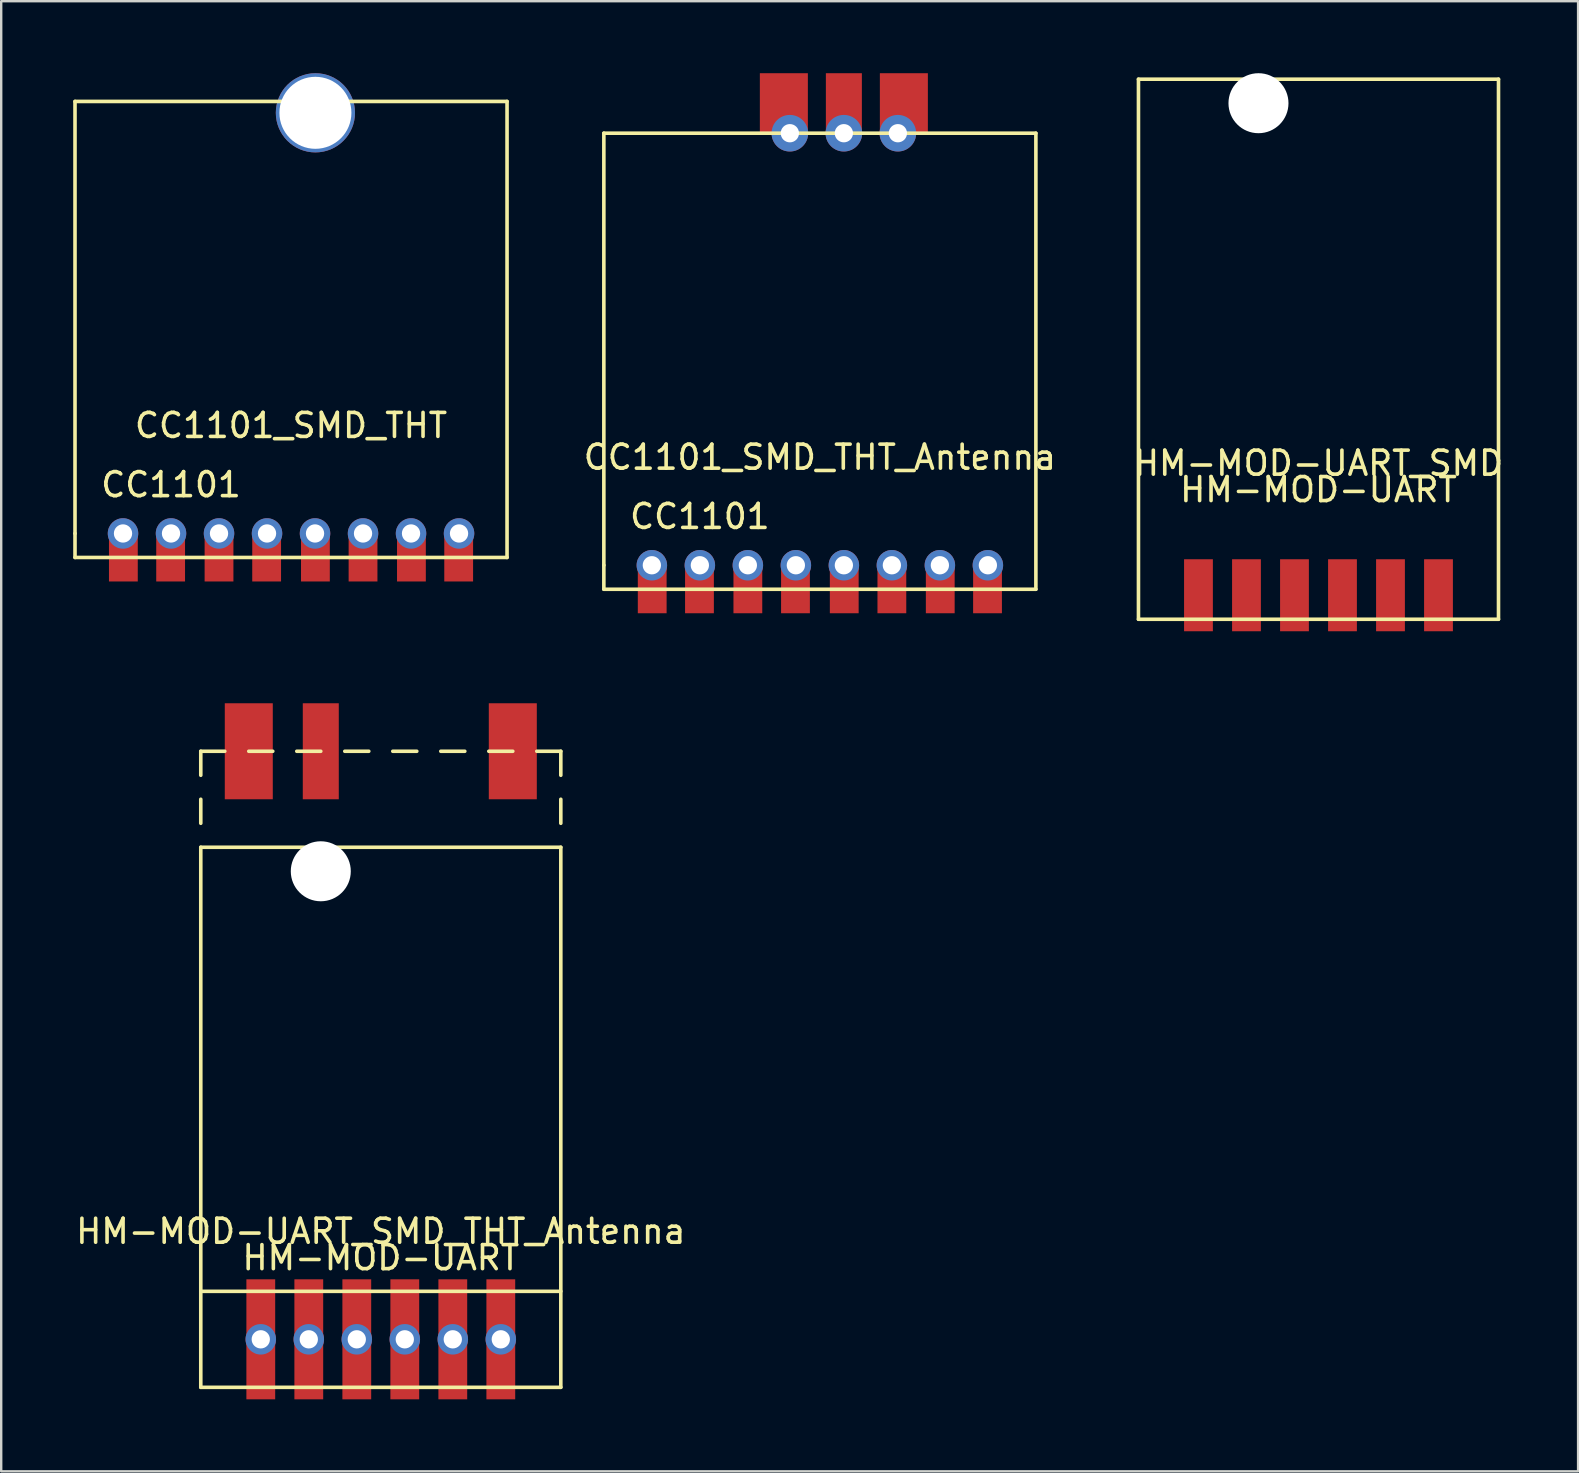
<source format=kicad_pcb>
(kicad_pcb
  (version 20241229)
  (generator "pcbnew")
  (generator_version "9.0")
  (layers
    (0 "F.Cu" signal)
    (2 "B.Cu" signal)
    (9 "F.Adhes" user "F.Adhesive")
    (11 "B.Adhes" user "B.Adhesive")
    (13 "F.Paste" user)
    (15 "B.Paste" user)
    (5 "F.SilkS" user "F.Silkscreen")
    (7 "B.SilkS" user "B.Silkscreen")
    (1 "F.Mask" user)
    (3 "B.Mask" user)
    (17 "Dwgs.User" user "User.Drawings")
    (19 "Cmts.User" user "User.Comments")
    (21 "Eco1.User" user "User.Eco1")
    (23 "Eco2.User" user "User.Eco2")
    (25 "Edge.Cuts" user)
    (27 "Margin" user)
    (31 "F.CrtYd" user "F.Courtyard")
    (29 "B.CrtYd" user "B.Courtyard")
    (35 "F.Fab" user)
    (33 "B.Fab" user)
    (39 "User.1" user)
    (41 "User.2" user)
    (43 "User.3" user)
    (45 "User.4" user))
  (footprint "HM-MOD-UART_SMD_THT_Antenna"
    (layer "F.Cu")
    (at 12.815 54.75)
    (property "Reference" "HM-MOD-UART_SMD_THT_Antenna" (at 0 -6.5 0) (layer "F.SilkS") (effects (font (size 1 1) (thickness 0.15))))
    (attr through_hole)
    (fp_line (start -7.5 -26.5) (end -6.5 -26.5) (stroke (width 0.15) (type solid)) (layer "F.SilkS"))
    (fp_line (start -7.5 -25.5) (end -7.5 -26.5) (stroke (width 0.15) (type solid)) (layer "F.SilkS"))
    (fp_line (start -7.5 -23.5) (end -7.5 -24.5) (stroke (width 0.15) (type solid)) (layer "F.SilkS"))
    (fp_line (start -7.5 -22.5) (end 7.5 -22.5) (stroke (width 0.15) (type solid)) (layer "F.SilkS"))
    (fp_line (start -7.5 -4) (end 7.5 -4) (stroke (width 0.15) (type solid)) (layer "F.SilkS"))
    (fp_line (start -7.5 0) (end -7.5 -22.5) (stroke (width 0.15) (type solid)) (layer "F.SilkS"))
    (fp_line (start -5.5 -26.5) (end -4.5 -26.5) (stroke (width 0.15) (type solid)) (layer "F.SilkS"))
    (fp_line (start -3.5 -26.5) (end -2.5 -26.5) (stroke (width 0.15) (type solid)) (layer "F.SilkS"))
    (fp_line (start -1.5 -26.5) (end -0.5 -26.5) (stroke (width 0.15) (type solid)) (layer "F.SilkS"))
    (fp_line (start 0.5 -26.5) (end 1.5 -26.5) (stroke (width 0.15) (type solid)) (layer "F.SilkS"))
    (fp_line (start 2.5 -26.5) (end 3.5 -26.5) (stroke (width 0.15) (type solid)) (layer "F.SilkS"))
    (fp_line (start 4.5 -26.5) (end 5.5 -26.5) (stroke (width 0.15) (type solid)) (layer "F.SilkS"))
    (fp_line (start 6.5 -26.5) (end 7.5 -26.5) (stroke (width 0.15) (type solid)) (layer "F.SilkS"))
    (fp_line (start 7.5 -25.5) (end 7.5 -26.5) (stroke (width 0.15) (type solid)) (layer "F.SilkS"))
    (fp_line (start 7.5 -23.5) (end 7.5 -24.5) (stroke (width 0.15) (type solid)) (layer "F.SilkS"))
    (fp_line (start 7.5 -22.5) (end 7.5 0) (stroke (width 0.15) (type solid)) (layer "F.SilkS"))
    (fp_line (start 7.5 0) (end -7.5 0) (stroke (width 0.15) (type solid)) (layer "F.SilkS"))
    (fp_text user "HM-MOD-UART" (at 0 -5.4 180) (layer "F.SilkS") (effects (font (size 1 1) (thickness 0.15))))
    (pad "" np_thru_hole circle (at -2.5 -21.5) (size 2.5 2.5) (drill 2.5) (layers "*.Cu" "*.Mask"))
    (pad "1" smd rect (at 5 -2) (size 1.2 5) (layers "F.Cu" "F.Mask"))
    (pad "1" thru_hole circle (at 5 -2) (size 1.27 1.27) (drill 0.762) (layers "*.Cu" "*.Mask"))
    (pad "2" smd rect (at 3 -2) (size 1.2 5) (layers "F.Cu" "F.Mask"))
    (pad "2" thru_hole circle (at 3 -2) (size 1.27 1.27) (drill 0.762) (layers "*.Cu" "*.Mask"))
    (pad "3" smd rect (at 1 -2) (size 1.2 5) (layers "F.Cu" "F.Mask"))
    (pad "3" thru_hole circle (at 1 -2) (size 1.27 1.27) (drill 0.762) (layers "*.Cu" "*.Mask"))
    (pad "4" smd rect (at -1 -2) (size 1.2 5) (layers "F.Cu" "F.Mask"))
    (pad "4" thru_hole circle (at -1 -2) (size 1.27 1.27) (drill 0.762) (layers "*.Cu" "*.Mask"))
    (pad "5" smd rect (at -3 -2) (size 1.2 5) (layers "F.Cu" "F.Mask"))
    (pad "5" thru_hole circle (at -3 -2) (size 1.27 1.27) (drill 0.762) (layers "*.Cu" "*.Mask"))
    (pad "6" smd rect (at -5 -2) (size 1.2 5) (layers "F.Cu" "F.Mask"))
    (pad "6" thru_hole oval (at -5 -2) (size 1.27 1.27) (drill 0.762) (layers "*.Cu" "*.Mask"))
    (pad "9" smd rect (at -2.5 -26.5) (size 1.5 4) (layers "F.Cu" "F.Mask"))
    (pad "10" smd rect (at -5.5 -26.5) (size 2 4) (layers "F.Cu" "F.Mask"))
    (pad "10" smd rect (at 5.5 -26.5) (size 2 4) (layers "F.Cu" "F.Mask")))
  (footprint "CC1101_SMD_THT"
    (layer "F.Cu")
    (at 9.075 19.176)
    (property "Reference" "CC1101_SMD_THT" (at 0 -4.5 0) (layer "F.SilkS") (effects (font (size 1 1) (thickness 0.15))))
    (attr through_hole)
    (fp_line (start -9 -18) (end 9 -18) (stroke (width 0.15) (type solid)) (layer "F.SilkS"))
    (fp_line (start -9 0) (end -9 -18) (stroke (width 0.15) (type solid)) (layer "F.SilkS"))
    (fp_line (start -9 1) (end -9 0) (stroke (width 0.15) (type solid)) (layer "F.SilkS"))
    (fp_line (start 9 -18) (end 9 1) (stroke (width 0.15) (type solid)) (layer "F.SilkS"))
    (fp_line (start 9 1) (end -9 1) (stroke (width 0.15) (type solid)) (layer "F.SilkS"))
    (fp_text user "CC1101" (at -5 -2.032 180) (layer "F.SilkS") (effects (font (size 1 1) (thickness 0.15))))
    (pad "" np_thru_hole circle (at 1.016 -17.526) (size 3.3 3.3) (drill 3) (layers "*.Cu" "*.Mask"))
    (pad "1" thru_hole oval (at -7 0) (size 1.27 1.27) (drill 0.762) (layers "*.Cu" "*.Mask"))
    (pad "1" smd rect (at -6.985 1) (size 1.2 2) (layers "F.Cu" "F.Mask"))
    (pad "2" smd rect (at -5.016 1) (size 1.2 2) (layers "F.Cu" "F.Mask"))
    (pad "2" thru_hole oval (at -5 0) (size 1.27 1.27) (drill 0.762) (layers "*.Cu" "*.Mask"))
    (pad "3" thru_hole circle (at -3 0) (size 1.27 1.27) (drill 0.762) (layers "*.Cu" "*.Mask"))
    (pad "3" smd rect (at -3 1) (size 1.2 2) (layers "F.Cu" "F.Mask"))
    (pad "4" smd rect (at -1.016 1) (size 1.2 2) (layers "F.Cu" "F.Mask"))
    (pad "4" thru_hole circle (at -1 0) (size 1.27 1.27) (drill 0.762) (layers "*.Cu" "*.Mask"))
    (pad "5" thru_hole circle (at 1 0) (size 1.27 1.27) (drill 0.762) (layers "*.Cu" "*.Mask"))
    (pad "5" smd rect (at 1.016 1) (size 1.2 2) (layers "F.Cu" "F.Mask"))
    (pad "6" thru_hole circle (at 3 0) (size 1.27 1.27) (drill 0.762) (layers "*.Cu" "*.Mask"))
    (pad "6" smd rect (at 3 1) (size 1.2 2) (layers "F.Cu" "F.Mask"))
    (pad "7" thru_hole circle (at 5 0) (size 1.27 1.27) (drill 0.762) (layers "*.Cu" "*.Mask"))
    (pad "7" smd rect (at 5.016 1) (size 1.2 2) (layers "F.Cu" "F.Mask"))
    (pad "8" smd rect (at 6.985 1) (size 1.2 2) (layers "F.Cu" "F.Mask"))
    (pad "8" thru_hole circle (at 7 0) (size 1.27 1.27) (drill 0.762) (layers "*.Cu" "*.Mask")))
  (footprint "HM-MOD-UART_SMD"
    (layer "F.Cu")
    (at 51.882 22.75)
    (property "Reference" "HM-MOD-UART_SMD" (at 0 -6.5 0) (layer "F.SilkS") (effects (font (size 1 1) (thickness 0.15))))
    (attr through_hole)
    (fp_line (start -7.5 -22.5) (end 7.5 -22.5) (stroke (width 0.15) (type solid)) (layer "F.SilkS"))
    (fp_line (start -7.5 0) (end -7.5 -22.5) (stroke (width 0.15) (type solid)) (layer "F.SilkS"))
    (fp_line (start 7.5 -22.5) (end 7.5 0) (stroke (width 0.15) (type solid)) (layer "F.SilkS"))
    (fp_line (start 7.5 0) (end -7.5 0) (stroke (width 0.15) (type solid)) (layer "F.SilkS"))
    (fp_text user "HM-MOD-UART" (at 0 -5.4 180) (layer "F.SilkS") (effects (font (size 1 1) (thickness 0.15))))
    (pad "" np_thru_hole circle (at -2.5 -21.5) (size 2.5 2.5) (drill 2.5) (layers "*.Cu" "*.Mask"))
    (pad "1" smd rect (at 5 -1) (size 1.2 3) (layers "F.Cu" "F.Mask"))
    (pad "2" smd rect (at 3 -1) (size 1.2 3) (layers "F.Cu" "F.Mask"))
    (pad "3" smd rect (at 1 -1) (size 1.2 3) (layers "F.Cu" "F.Mask"))
    (pad "4" smd rect (at -1 -1) (size 1.2 3) (layers "F.Cu" "F.Mask"))
    (pad "5" smd rect (at -3 -1) (size 1.2 3) (layers "F.Cu" "F.Mask"))
    (pad "6" smd rect (at -5 -1) (size 1.2 3) (layers "F.Cu" "F.Mask")))
  (footprint "CC1101_SMD_THT_Antenna"
    (layer "F.Cu")
    (at 31.108 20.5)
    (property "Reference" "CC1101_SMD_THT_Antenna" (at 0 -4.5 0) (layer "F.SilkS") (effects (font (size 1 1) (thickness 0.15))))
    (attr through_hole)
    (fp_line (start -9 -18) (end 9 -18) (stroke (width 0.15) (type solid)) (layer "F.SilkS"))
    (fp_line (start -9 0) (end -9 -18) (stroke (width 0.15) (type solid)) (layer "F.SilkS"))
    (fp_line (start -9 1) (end -9 0) (stroke (width 0.15) (type solid)) (layer "F.SilkS"))
    (fp_line (start 9 -18) (end 9 1) (stroke (width 0.15) (type solid)) (layer "F.SilkS"))
    (fp_line (start 9 1) (end -9 1) (stroke (width 0.15) (type solid)) (layer "F.SilkS"))
    (fp_text user "CC1101" (at -5 -2.032 180) (layer "F.SilkS") (effects (font (size 1 1) (thickness 0.15))))
    (pad "1" thru_hole oval (at -7 0) (size 1.27 1.27) (drill 0.762) (layers "*.Cu" "*.Mask"))
    (pad "1" smd rect (at -6.985 1) (size 1.2 2) (layers "F.Cu" "F.Mask"))
    (pad "2" smd rect (at -5.016 1) (size 1.2 2) (layers "F.Cu" "F.Mask"))
    (pad "2" thru_hole oval (at -5 0) (size 1.27 1.27) (drill 0.762) (layers "*.Cu" "*.Mask"))
    (pad "3" thru_hole circle (at -3 0) (size 1.27 1.27) (drill 0.762) (layers "*.Cu" "*.Mask"))
    (pad "3" smd rect (at -3 1) (size 1.2 2) (layers "F.Cu" "F.Mask"))
    (pad "4" smd rect (at -1.016 1) (size 1.2 2) (layers "F.Cu" "F.Mask"))
    (pad "4" thru_hole circle (at -1 0) (size 1.27 1.27) (drill 0.762) (layers "*.Cu" "*.Mask"))
    (pad "5" thru_hole circle (at 1 0) (size 1.27 1.27) (drill 0.762) (layers "*.Cu" "*.Mask"))
    (pad "5" smd rect (at 1.016 1) (size 1.2 2) (layers "F.Cu" "F.Mask"))
    (pad "6" thru_hole circle (at 3 0) (size 1.27 1.27) (drill 0.762) (layers "*.Cu" "*.Mask"))
    (pad "6" smd rect (at 3 1) (size 1.2 2) (layers "F.Cu" "F.Mask"))
    (pad "7" thru_hole circle (at 5 0) (size 1.27 1.27) (drill 0.762) (layers "*.Cu" "*.Mask"))
    (pad "7" smd rect (at 5.016 1) (size 1.2 2) (layers "F.Cu" "F.Mask"))
    (pad "8" smd rect (at 6.985 1) (size 1.2 2) (layers "F.Cu" "F.Mask"))
    (pad "8" thru_hole circle (at 7 0) (size 1.27 1.27) (drill 0.762) (layers "*.Cu" "*.Mask"))
    (pad "9" smd rect (at 1 -19.25) (size 1.5 2.5) (layers "F.Cu" "F.Mask"))
    (pad "9" thru_hole circle (at 1 -18) (size 1.524 1.524) (drill 0.762) (layers "*.Cu" "*.Mask"))
    (pad "10" smd rect (at -1.5 -19.25) (size 2 2.5) (layers "F.Cu" "F.Mask"))
    (pad "10" thru_hole circle (at -1.25 -18) (size 1.524 1.524) (drill 0.762) (layers "*.Cu" "*.Mask"))
    (pad "11" thru_hole circle (at 3.25 -18) (size 1.524 1.524) (drill 0.762) (layers "*.Cu" "*.Mask"))
    (pad "11" smd rect (at 3.5 -19.25) (size 2 2.5) (layers "F.Cu" "F.Mask")))
  (gr_rect
    (start -3 -3)
    (end 62.698 58.25)
    (stroke (width 0.1) (type default))
    (fill no)
    (layer "Edge.Cuts")))
</source>
